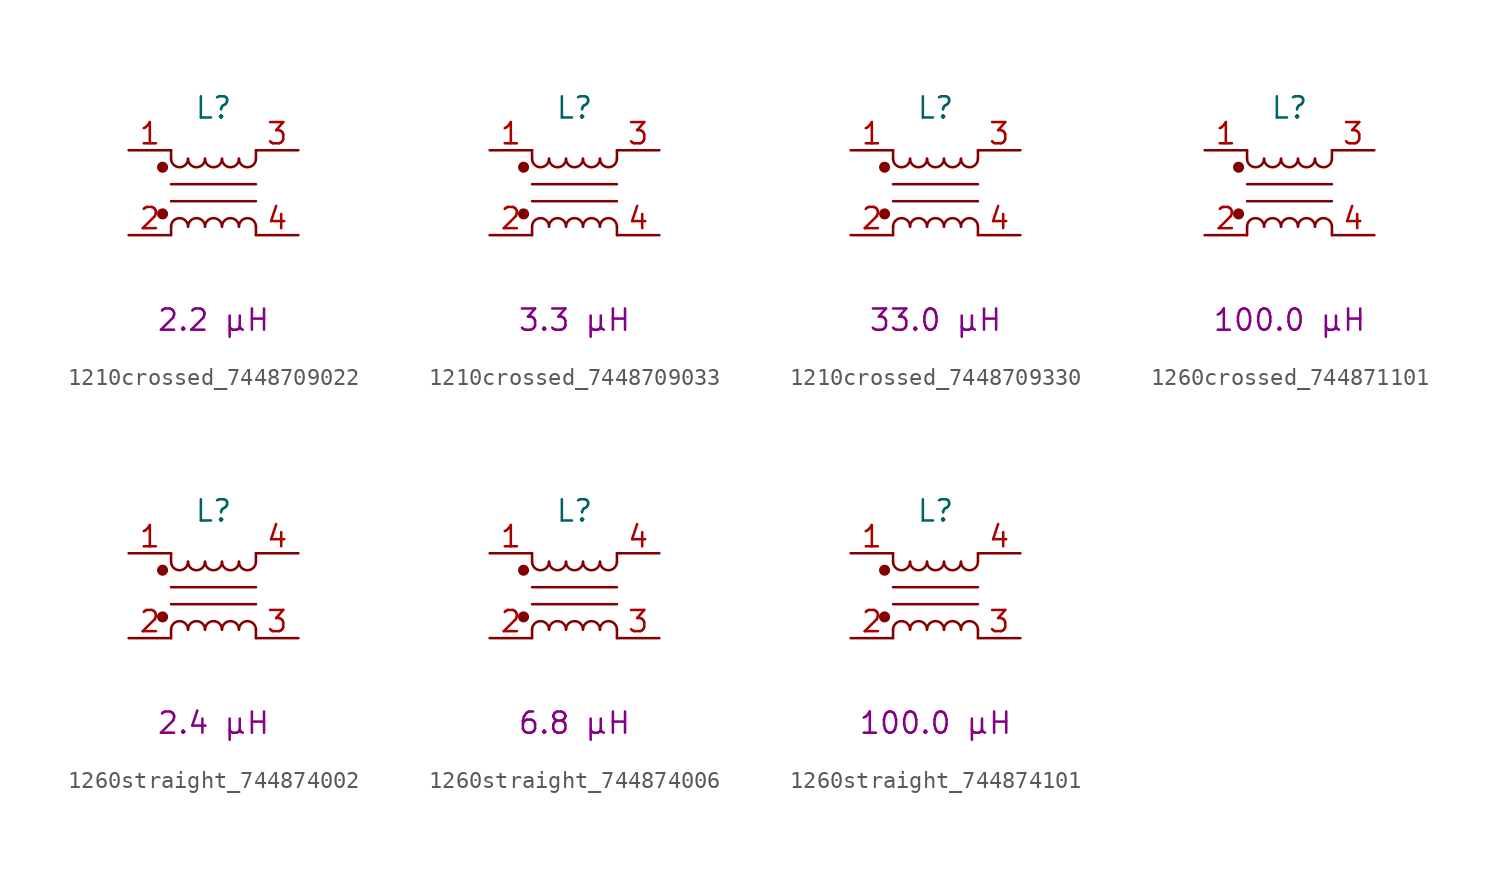
<source format=kicad_sym>
(kicad_symbol_lib
  (version 20220914)
  (generator kicad_symbol_editor)
  (symbol "1210crossed_7448709022"
    (pin_names hide)
    (property "Reference" "L"
      (at 0 5.08 0)
      (effects (font (size 1.27 1.27))))
    (property "Critical Parameter" "2.2 µH"
      (at 0 -7.62 0)
      (effects (font (size 1.27 1.27))))
    (symbol "1210crossed_7448709022_0_1"
      (circle (center -3.048 -1.27) (radius 0.254) (stroke (width 0) (type default)) (fill (type outline)))
      (circle (center -3.048 1.524) (radius 0.254) (stroke (width 0) (type default)) (fill (type outline)))
      (arc (start -2.54 2.032) (mid -2.032 1.5262) (end -1.524 2.032) (stroke (width 0) (type default)) (fill (type none)))
      (arc (start -1.524 -2.032) (mid -2.032 -1.5262) (end -2.54 -2.032) (stroke (width 0) (type default)) (fill (type none)))
      (arc (start -1.524 2.032) (mid -1.016 1.5262) (end -0.508 2.032) (stroke (width 0) (type default)) (fill (type none)))
      (arc (start -0.508 -2.032) (mid -1.016 -1.5262) (end -1.524 -2.032) (stroke (width 0) (type default)) (fill (type none)))
      (arc (start -0.508 2.032) (mid 0 1.5262) (end 0.508 2.032) (stroke (width 0) (type default)) (fill (type none)))
      (polyline (pts (xy -2.54 -2.032) (xy -2.54 -2.54)) (stroke (width 0) (type default)) (fill (type none)))
      (polyline (pts (xy -2.54 0.508) (xy 2.54 0.508)) (stroke (width 0) (type default)) (fill (type none)))
      (polyline (pts (xy -2.54 2.032) (xy -2.54 2.54)) (stroke (width 0) (type default)) (fill (type none)))
      (polyline (pts (xy 2.54 -2.032) (xy 2.54 -2.54)) (stroke (width 0) (type default)) (fill (type none)))
      (polyline (pts (xy 2.54 -0.508) (xy -2.54 -0.508)) (stroke (width 0) (type default)) (fill (type none)))
      (polyline (pts (xy 2.54 2.54) (xy 2.54 2.032)) (stroke (width 0) (type default)) (fill (type none)))
      (arc (start 0.508 -2.032) (mid 0 -1.5262) (end -0.508 -2.032) (stroke (width 0) (type default)) (fill (type none)))
      (arc (start 0.508 2.032) (mid 1.016 1.5262) (end 1.524 2.032) (stroke (width 0) (type default)) (fill (type none)))
      (arc (start 1.524 -2.032) (mid 1.016 -1.5262) (end 0.508 -2.032) (stroke (width 0) (type default)) (fill (type none)))
      (arc (start 1.524 2.032) (mid 2.032 1.5262) (end 2.54 2.032) (stroke (width 0) (type default)) (fill (type none)))
      (arc (start 2.54 -2.032) (mid 2.032 -1.5262) (end 1.524 -2.032) (stroke (width 0) (type default)) (fill (type none))))
    (symbol "1210crossed_7448709022_1_1"
      (pin passive line (at -5.08 2.54 0) (length 2.54) (name "1" (effects (font (size 1.27 1.27)))) (number "1" (effects (font (size 1.27 1.27)))))
      (pin passive line (at -5.08 -2.54 0) (length 2.54) (name "2" (effects (font (size 1.27 1.27)))) (number "2" (effects (font (size 1.27 1.27)))))
      (pin passive line (at 5.08 2.54 180) (length 2.54) (name "3" (effects (font (size 1.27 1.27)))) (number "3" (effects (font (size 1.27 1.27)))))
      (pin passive line (at 5.08 -2.54 180) (length 2.54) (name "4" (effects (font (size 1.27 1.27)))) (number "4" (effects (font (size 1.27 1.27)))))))
  (symbol "1210crossed_7448709033"
    (pin_names hide)
    (property "Reference" "L"
      (at 0 5.08 0)
      (effects (font (size 1.27 1.27))))
    (property "Critical Parameter" "3.3 µH"
      (at 0 -7.62 0)
      (effects (font (size 1.27 1.27))))
    (symbol "1210crossed_7448709033_0_1"
      (circle (center -3.048 -1.27) (radius 0.254) (stroke (width 0) (type default)) (fill (type outline)))
      (circle (center -3.048 1.524) (radius 0.254) (stroke (width 0) (type default)) (fill (type outline)))
      (arc (start -2.54 2.032) (mid -2.032 1.5262) (end -1.524 2.032) (stroke (width 0) (type default)) (fill (type none)))
      (arc (start -1.524 -2.032) (mid -2.032 -1.5262) (end -2.54 -2.032) (stroke (width 0) (type default)) (fill (type none)))
      (arc (start -1.524 2.032) (mid -1.016 1.5262) (end -0.508 2.032) (stroke (width 0) (type default)) (fill (type none)))
      (arc (start -0.508 -2.032) (mid -1.016 -1.5262) (end -1.524 -2.032) (stroke (width 0) (type default)) (fill (type none)))
      (arc (start -0.508 2.032) (mid 0 1.5262) (end 0.508 2.032) (stroke (width 0) (type default)) (fill (type none)))
      (polyline (pts (xy -2.54 -2.032) (xy -2.54 -2.54)) (stroke (width 0) (type default)) (fill (type none)))
      (polyline (pts (xy -2.54 0.508) (xy 2.54 0.508)) (stroke (width 0) (type default)) (fill (type none)))
      (polyline (pts (xy -2.54 2.032) (xy -2.54 2.54)) (stroke (width 0) (type default)) (fill (type none)))
      (polyline (pts (xy 2.54 -2.032) (xy 2.54 -2.54)) (stroke (width 0) (type default)) (fill (type none)))
      (polyline (pts (xy 2.54 -0.508) (xy -2.54 -0.508)) (stroke (width 0) (type default)) (fill (type none)))
      (polyline (pts (xy 2.54 2.54) (xy 2.54 2.032)) (stroke (width 0) (type default)) (fill (type none)))
      (arc (start 0.508 -2.032) (mid 0 -1.5262) (end -0.508 -2.032) (stroke (width 0) (type default)) (fill (type none)))
      (arc (start 0.508 2.032) (mid 1.016 1.5262) (end 1.524 2.032) (stroke (width 0) (type default)) (fill (type none)))
      (arc (start 1.524 -2.032) (mid 1.016 -1.5262) (end 0.508 -2.032) (stroke (width 0) (type default)) (fill (type none)))
      (arc (start 1.524 2.032) (mid 2.032 1.5262) (end 2.54 2.032) (stroke (width 0) (type default)) (fill (type none)))
      (arc (start 2.54 -2.032) (mid 2.032 -1.5262) (end 1.524 -2.032) (stroke (width 0) (type default)) (fill (type none))))
    (symbol "1210crossed_7448709033_1_1"
      (pin passive line (at -5.08 2.54 0) (length 2.54) (name "1" (effects (font (size 1.27 1.27)))) (number "1" (effects (font (size 1.27 1.27)))))
      (pin passive line (at -5.08 -2.54 0) (length 2.54) (name "2" (effects (font (size 1.27 1.27)))) (number "2" (effects (font (size 1.27 1.27)))))
      (pin passive line (at 5.08 2.54 180) (length 2.54) (name "3" (effects (font (size 1.27 1.27)))) (number "3" (effects (font (size 1.27 1.27)))))
      (pin passive line (at 5.08 -2.54 180) (length 2.54) (name "4" (effects (font (size 1.27 1.27)))) (number "4" (effects (font (size 1.27 1.27)))))))
  (symbol "1210crossed_7448709330"
    (pin_names hide)
    (property "Reference" "L"
      (at 0 5.08 0)
      (effects (font (size 1.27 1.27))))
    (property "Critical Parameter" "33.0 µH"
      (at 0 -7.62 0)
      (effects (font (size 1.27 1.27))))
    (symbol "1210crossed_7448709330_0_1"
      (circle (center -3.048 -1.27) (radius 0.254) (stroke (width 0) (type default)) (fill (type outline)))
      (circle (center -3.048 1.524) (radius 0.254) (stroke (width 0) (type default)) (fill (type outline)))
      (arc (start -2.54 2.032) (mid -2.032 1.5262) (end -1.524 2.032) (stroke (width 0) (type default)) (fill (type none)))
      (arc (start -1.524 -2.032) (mid -2.032 -1.5262) (end -2.54 -2.032) (stroke (width 0) (type default)) (fill (type none)))
      (arc (start -1.524 2.032) (mid -1.016 1.5262) (end -0.508 2.032) (stroke (width 0) (type default)) (fill (type none)))
      (arc (start -0.508 -2.032) (mid -1.016 -1.5262) (end -1.524 -2.032) (stroke (width 0) (type default)) (fill (type none)))
      (arc (start -0.508 2.032) (mid 0 1.5262) (end 0.508 2.032) (stroke (width 0) (type default)) (fill (type none)))
      (polyline (pts (xy -2.54 -2.032) (xy -2.54 -2.54)) (stroke (width 0) (type default)) (fill (type none)))
      (polyline (pts (xy -2.54 0.508) (xy 2.54 0.508)) (stroke (width 0) (type default)) (fill (type none)))
      (polyline (pts (xy -2.54 2.032) (xy -2.54 2.54)) (stroke (width 0) (type default)) (fill (type none)))
      (polyline (pts (xy 2.54 -2.032) (xy 2.54 -2.54)) (stroke (width 0) (type default)) (fill (type none)))
      (polyline (pts (xy 2.54 -0.508) (xy -2.54 -0.508)) (stroke (width 0) (type default)) (fill (type none)))
      (polyline (pts (xy 2.54 2.54) (xy 2.54 2.032)) (stroke (width 0) (type default)) (fill (type none)))
      (arc (start 0.508 -2.032) (mid 0 -1.5262) (end -0.508 -2.032) (stroke (width 0) (type default)) (fill (type none)))
      (arc (start 0.508 2.032) (mid 1.016 1.5262) (end 1.524 2.032) (stroke (width 0) (type default)) (fill (type none)))
      (arc (start 1.524 -2.032) (mid 1.016 -1.5262) (end 0.508 -2.032) (stroke (width 0) (type default)) (fill (type none)))
      (arc (start 1.524 2.032) (mid 2.032 1.5262) (end 2.54 2.032) (stroke (width 0) (type default)) (fill (type none)))
      (arc (start 2.54 -2.032) (mid 2.032 -1.5262) (end 1.524 -2.032) (stroke (width 0) (type default)) (fill (type none))))
    (symbol "1210crossed_7448709330_1_1"
      (pin passive line (at -5.08 2.54 0) (length 2.54) (name "1" (effects (font (size 1.27 1.27)))) (number "1" (effects (font (size 1.27 1.27)))))
      (pin passive line (at -5.08 -2.54 0) (length 2.54) (name "2" (effects (font (size 1.27 1.27)))) (number "2" (effects (font (size 1.27 1.27)))))
      (pin passive line (at 5.08 2.54 180) (length 2.54) (name "3" (effects (font (size 1.27 1.27)))) (number "3" (effects (font (size 1.27 1.27)))))
      (pin passive line (at 5.08 -2.54 180) (length 2.54) (name "4" (effects (font (size 1.27 1.27)))) (number "4" (effects (font (size 1.27 1.27)))))))
  (symbol "1260crossed_744871101"
    (pin_names hide)
    (property "Reference" "L"
      (at 0 5.08 0)
      (effects (font (size 1.27 1.27))))
    (property "Critical Parameter" "100.0 µH"
      (at 0 -7.62 0)
      (effects (font (size 1.27 1.27))))
    (symbol "1260crossed_744871101_0_1"
      (circle (center -3.048 -1.27) (radius 0.254) (stroke (width 0) (type default)) (fill (type outline)))
      (circle (center -3.048 1.524) (radius 0.254) (stroke (width 0) (type default)) (fill (type outline)))
      (arc (start -2.54 2.032) (mid -2.032 1.5262) (end -1.524 2.032) (stroke (width 0) (type default)) (fill (type none)))
      (arc (start -1.524 -2.032) (mid -2.032 -1.5262) (end -2.54 -2.032) (stroke (width 0) (type default)) (fill (type none)))
      (arc (start -1.524 2.032) (mid -1.016 1.5262) (end -0.508 2.032) (stroke (width 0) (type default)) (fill (type none)))
      (arc (start -0.508 -2.032) (mid -1.016 -1.5262) (end -1.524 -2.032) (stroke (width 0) (type default)) (fill (type none)))
      (arc (start -0.508 2.032) (mid 0 1.5262) (end 0.508 2.032) (stroke (width 0) (type default)) (fill (type none)))
      (polyline (pts (xy -2.54 -2.032) (xy -2.54 -2.54)) (stroke (width 0) (type default)) (fill (type none)))
      (polyline (pts (xy -2.54 0.508) (xy 2.54 0.508)) (stroke (width 0) (type default)) (fill (type none)))
      (polyline (pts (xy -2.54 2.032) (xy -2.54 2.54)) (stroke (width 0) (type default)) (fill (type none)))
      (polyline (pts (xy 2.54 -2.032) (xy 2.54 -2.54)) (stroke (width 0) (type default)) (fill (type none)))
      (polyline (pts (xy 2.54 -0.508) (xy -2.54 -0.508)) (stroke (width 0) (type default)) (fill (type none)))
      (polyline (pts (xy 2.54 2.54) (xy 2.54 2.032)) (stroke (width 0) (type default)) (fill (type none)))
      (arc (start 0.508 -2.032) (mid 0 -1.5262) (end -0.508 -2.032) (stroke (width 0) (type default)) (fill (type none)))
      (arc (start 0.508 2.032) (mid 1.016 1.5262) (end 1.524 2.032) (stroke (width 0) (type default)) (fill (type none)))
      (arc (start 1.524 -2.032) (mid 1.016 -1.5262) (end 0.508 -2.032) (stroke (width 0) (type default)) (fill (type none)))
      (arc (start 1.524 2.032) (mid 2.032 1.5262) (end 2.54 2.032) (stroke (width 0) (type default)) (fill (type none)))
      (arc (start 2.54 -2.032) (mid 2.032 -1.5262) (end 1.524 -2.032) (stroke (width 0) (type default)) (fill (type none))))
    (symbol "1260crossed_744871101_1_1"
      (pin passive line (at -5.08 2.54 0) (length 2.54) (name "1" (effects (font (size 1.27 1.27)))) (number "1" (effects (font (size 1.27 1.27)))))
      (pin passive line (at -5.08 -2.54 0) (length 2.54) (name "2" (effects (font (size 1.27 1.27)))) (number "2" (effects (font (size 1.27 1.27)))))
      (pin passive line (at 5.08 2.54 180) (length 2.54) (name "3" (effects (font (size 1.27 1.27)))) (number "3" (effects (font (size 1.27 1.27)))))
      (pin passive line (at 5.08 -2.54 180) (length 2.54) (name "4" (effects (font (size 1.27 1.27)))) (number "4" (effects (font (size 1.27 1.27)))))))
  (symbol "1260straight_744874002"
    (pin_names hide)
    (property "Reference" "L"
      (at 0 5.08 0)
      (effects (font (size 1.27 1.27))))
    (property "Critical Parameter" "2.4 µH"
      (at 0 -7.62 0)
      (effects (font (size 1.27 1.27))))
    (symbol "1260straight_744874002_0_1"
      (circle (center -3.048 -1.27) (radius 0.254) (stroke (width 0) (type default)) (fill (type outline)))
      (circle (center -3.048 1.524) (radius 0.254) (stroke (width 0) (type default)) (fill (type outline)))
      (arc (start -2.54 2.032) (mid -2.032 1.5262) (end -1.524 2.032) (stroke (width 0) (type default)) (fill (type none)))
      (arc (start -1.524 -2.032) (mid -2.032 -1.5262) (end -2.54 -2.032) (stroke (width 0) (type default)) (fill (type none)))
      (arc (start -1.524 2.032) (mid -1.016 1.5262) (end -0.508 2.032) (stroke (width 0) (type default)) (fill (type none)))
      (arc (start -0.508 -2.032) (mid -1.016 -1.5262) (end -1.524 -2.032) (stroke (width 0) (type default)) (fill (type none)))
      (arc (start -0.508 2.032) (mid 0 1.5262) (end 0.508 2.032) (stroke (width 0) (type default)) (fill (type none)))
      (polyline (pts (xy -2.54 -2.032) (xy -2.54 -2.54)) (stroke (width 0) (type default)) (fill (type none)))
      (polyline (pts (xy -2.54 0.508) (xy 2.54 0.508)) (stroke (width 0) (type default)) (fill (type none)))
      (polyline (pts (xy -2.54 2.032) (xy -2.54 2.54)) (stroke (width 0) (type default)) (fill (type none)))
      (polyline (pts (xy 2.54 -2.032) (xy 2.54 -2.54)) (stroke (width 0) (type default)) (fill (type none)))
      (polyline (pts (xy 2.54 -0.508) (xy -2.54 -0.508)) (stroke (width 0) (type default)) (fill (type none)))
      (polyline (pts (xy 2.54 2.54) (xy 2.54 2.032)) (stroke (width 0) (type default)) (fill (type none)))
      (arc (start 0.508 -2.032) (mid 0 -1.5262) (end -0.508 -2.032) (stroke (width 0) (type default)) (fill (type none)))
      (arc (start 0.508 2.032) (mid 1.016 1.5262) (end 1.524 2.032) (stroke (width 0) (type default)) (fill (type none)))
      (arc (start 1.524 -2.032) (mid 1.016 -1.5262) (end 0.508 -2.032) (stroke (width 0) (type default)) (fill (type none)))
      (arc (start 1.524 2.032) (mid 2.032 1.5262) (end 2.54 2.032) (stroke (width 0) (type default)) (fill (type none)))
      (arc (start 2.54 -2.032) (mid 2.032 -1.5262) (end 1.524 -2.032) (stroke (width 0) (type default)) (fill (type none))))
    (symbol "1260straight_744874002_1_1"
      (pin passive line (at -5.08 2.54 0) (length 2.54) (name "1" (effects (font (size 1.27 1.27)))) (number "1" (effects (font (size 1.27 1.27)))))
      (pin passive line (at -5.08 -2.54 0) (length 2.54) (name "2" (effects (font (size 1.27 1.27)))) (number "2" (effects (font (size 1.27 1.27)))))
      (pin passive line (at 5.08 -2.54 180) (length 2.54) (name "3" (effects (font (size 1.27 1.27)))) (number "3" (effects (font (size 1.27 1.27)))))
      (pin passive line (at 5.08 2.54 180) (length 2.54) (name "4" (effects (font (size 1.27 1.27)))) (number "4" (effects (font (size 1.27 1.27)))))))
  (symbol "1260straight_744874006"
    (pin_names hide)
    (property "Reference" "L"
      (at 0 5.08 0)
      (effects (font (size 1.27 1.27))))
    (property "Critical Parameter" "6.8 µH"
      (at 0 -7.62 0)
      (effects (font (size 1.27 1.27))))
    (symbol "1260straight_744874006_0_1"
      (circle (center -3.048 -1.27) (radius 0.254) (stroke (width 0) (type default)) (fill (type outline)))
      (circle (center -3.048 1.524) (radius 0.254) (stroke (width 0) (type default)) (fill (type outline)))
      (arc (start -2.54 2.032) (mid -2.032 1.5262) (end -1.524 2.032) (stroke (width 0) (type default)) (fill (type none)))
      (arc (start -1.524 -2.032) (mid -2.032 -1.5262) (end -2.54 -2.032) (stroke (width 0) (type default)) (fill (type none)))
      (arc (start -1.524 2.032) (mid -1.016 1.5262) (end -0.508 2.032) (stroke (width 0) (type default)) (fill (type none)))
      (arc (start -0.508 -2.032) (mid -1.016 -1.5262) (end -1.524 -2.032) (stroke (width 0) (type default)) (fill (type none)))
      (arc (start -0.508 2.032) (mid 0 1.5262) (end 0.508 2.032) (stroke (width 0) (type default)) (fill (type none)))
      (polyline (pts (xy -2.54 -2.032) (xy -2.54 -2.54)) (stroke (width 0) (type default)) (fill (type none)))
      (polyline (pts (xy -2.54 0.508) (xy 2.54 0.508)) (stroke (width 0) (type default)) (fill (type none)))
      (polyline (pts (xy -2.54 2.032) (xy -2.54 2.54)) (stroke (width 0) (type default)) (fill (type none)))
      (polyline (pts (xy 2.54 -2.032) (xy 2.54 -2.54)) (stroke (width 0) (type default)) (fill (type none)))
      (polyline (pts (xy 2.54 -0.508) (xy -2.54 -0.508)) (stroke (width 0) (type default)) (fill (type none)))
      (polyline (pts (xy 2.54 2.54) (xy 2.54 2.032)) (stroke (width 0) (type default)) (fill (type none)))
      (arc (start 0.508 -2.032) (mid 0 -1.5262) (end -0.508 -2.032) (stroke (width 0) (type default)) (fill (type none)))
      (arc (start 0.508 2.032) (mid 1.016 1.5262) (end 1.524 2.032) (stroke (width 0) (type default)) (fill (type none)))
      (arc (start 1.524 -2.032) (mid 1.016 -1.5262) (end 0.508 -2.032) (stroke (width 0) (type default)) (fill (type none)))
      (arc (start 1.524 2.032) (mid 2.032 1.5262) (end 2.54 2.032) (stroke (width 0) (type default)) (fill (type none)))
      (arc (start 2.54 -2.032) (mid 2.032 -1.5262) (end 1.524 -2.032) (stroke (width 0) (type default)) (fill (type none))))
    (symbol "1260straight_744874006_1_1"
      (pin passive line (at -5.08 2.54 0) (length 2.54) (name "1" (effects (font (size 1.27 1.27)))) (number "1" (effects (font (size 1.27 1.27)))))
      (pin passive line (at -5.08 -2.54 0) (length 2.54) (name "2" (effects (font (size 1.27 1.27)))) (number "2" (effects (font (size 1.27 1.27)))))
      (pin passive line (at 5.08 -2.54 180) (length 2.54) (name "3" (effects (font (size 1.27 1.27)))) (number "3" (effects (font (size 1.27 1.27)))))
      (pin passive line (at 5.08 2.54 180) (length 2.54) (name "4" (effects (font (size 1.27 1.27)))) (number "4" (effects (font (size 1.27 1.27)))))))
  (symbol "1260straight_744874101"
    (pin_names hide)
    (property "Reference" "L"
      (at 0 5.08 0)
      (effects (font (size 1.27 1.27))))
    (property "Critical Parameter" "100.0 µH"
      (at 0 -7.62 0)
      (effects (font (size 1.27 1.27))))
    (symbol "1260straight_744874101_0_1"
      (circle (center -3.048 -1.27) (radius 0.254) (stroke (width 0) (type default)) (fill (type outline)))
      (circle (center -3.048 1.524) (radius 0.254) (stroke (width 0) (type default)) (fill (type outline)))
      (arc (start -2.54 2.032) (mid -2.032 1.5262) (end -1.524 2.032) (stroke (width 0) (type default)) (fill (type none)))
      (arc (start -1.524 -2.032) (mid -2.032 -1.5262) (end -2.54 -2.032) (stroke (width 0) (type default)) (fill (type none)))
      (arc (start -1.524 2.032) (mid -1.016 1.5262) (end -0.508 2.032) (stroke (width 0) (type default)) (fill (type none)))
      (arc (start -0.508 -2.032) (mid -1.016 -1.5262) (end -1.524 -2.032) (stroke (width 0) (type default)) (fill (type none)))
      (arc (start -0.508 2.032) (mid 0 1.5262) (end 0.508 2.032) (stroke (width 0) (type default)) (fill (type none)))
      (polyline (pts (xy -2.54 -2.032) (xy -2.54 -2.54)) (stroke (width 0) (type default)) (fill (type none)))
      (polyline (pts (xy -2.54 0.508) (xy 2.54 0.508)) (stroke (width 0) (type default)) (fill (type none)))
      (polyline (pts (xy -2.54 2.032) (xy -2.54 2.54)) (stroke (width 0) (type default)) (fill (type none)))
      (polyline (pts (xy 2.54 -2.032) (xy 2.54 -2.54)) (stroke (width 0) (type default)) (fill (type none)))
      (polyline (pts (xy 2.54 -0.508) (xy -2.54 -0.508)) (stroke (width 0) (type default)) (fill (type none)))
      (polyline (pts (xy 2.54 2.54) (xy 2.54 2.032)) (stroke (width 0) (type default)) (fill (type none)))
      (arc (start 0.508 -2.032) (mid 0 -1.5262) (end -0.508 -2.032) (stroke (width 0) (type default)) (fill (type none)))
      (arc (start 0.508 2.032) (mid 1.016 1.5262) (end 1.524 2.032) (stroke (width 0) (type default)) (fill (type none)))
      (arc (start 1.524 -2.032) (mid 1.016 -1.5262) (end 0.508 -2.032) (stroke (width 0) (type default)) (fill (type none)))
      (arc (start 1.524 2.032) (mid 2.032 1.5262) (end 2.54 2.032) (stroke (width 0) (type default)) (fill (type none)))
      (arc (start 2.54 -2.032) (mid 2.032 -1.5262) (end 1.524 -2.032) (stroke (width 0) (type default)) (fill (type none))))
    (symbol "1260straight_744874101_1_1"
      (pin passive line (at -5.08 2.54 0) (length 2.54) (name "1" (effects (font (size 1.27 1.27)))) (number "1" (effects (font (size 1.27 1.27)))))
      (pin passive line (at -5.08 -2.54 0) (length 2.54) (name "2" (effects (font (size 1.27 1.27)))) (number "2" (effects (font (size 1.27 1.27)))))
      (pin passive line (at 5.08 -2.54 180) (length 2.54) (name "3" (effects (font (size 1.27 1.27)))) (number "3" (effects (font (size 1.27 1.27)))))
      (pin passive line (at 5.08 2.54 180) (length 2.54) (name "4" (effects (font (size 1.27 1.27)))) (number "4" (effects (font (size 1.27 1.27))))))))
</source>
